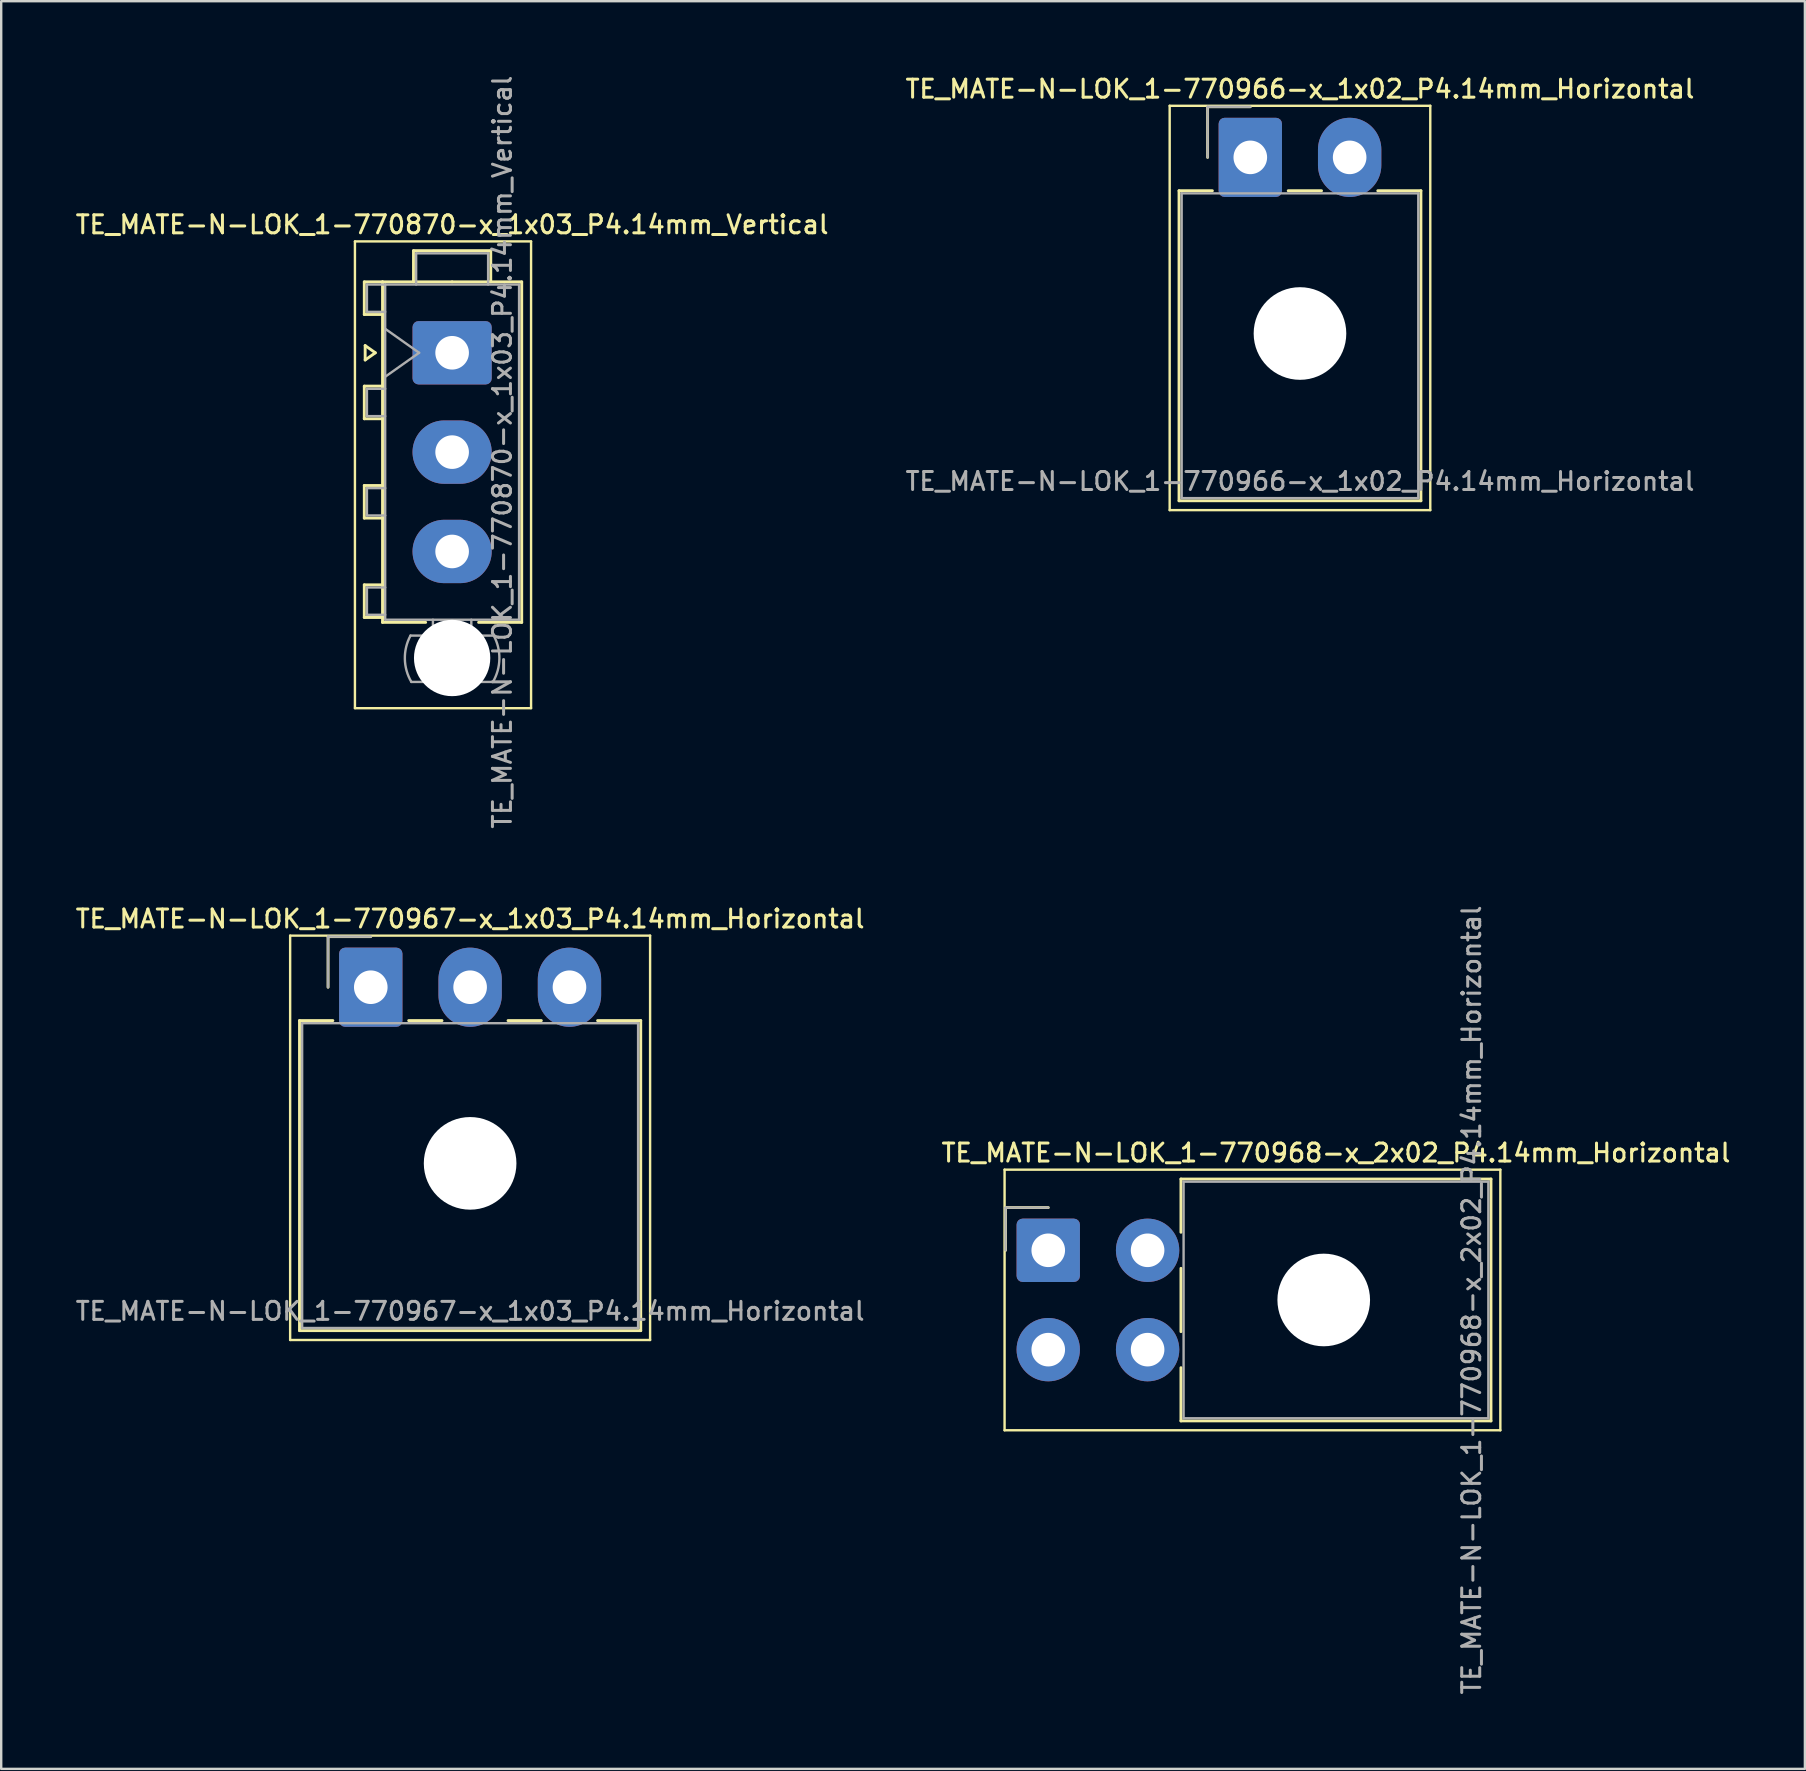
<source format=kicad_pcb>
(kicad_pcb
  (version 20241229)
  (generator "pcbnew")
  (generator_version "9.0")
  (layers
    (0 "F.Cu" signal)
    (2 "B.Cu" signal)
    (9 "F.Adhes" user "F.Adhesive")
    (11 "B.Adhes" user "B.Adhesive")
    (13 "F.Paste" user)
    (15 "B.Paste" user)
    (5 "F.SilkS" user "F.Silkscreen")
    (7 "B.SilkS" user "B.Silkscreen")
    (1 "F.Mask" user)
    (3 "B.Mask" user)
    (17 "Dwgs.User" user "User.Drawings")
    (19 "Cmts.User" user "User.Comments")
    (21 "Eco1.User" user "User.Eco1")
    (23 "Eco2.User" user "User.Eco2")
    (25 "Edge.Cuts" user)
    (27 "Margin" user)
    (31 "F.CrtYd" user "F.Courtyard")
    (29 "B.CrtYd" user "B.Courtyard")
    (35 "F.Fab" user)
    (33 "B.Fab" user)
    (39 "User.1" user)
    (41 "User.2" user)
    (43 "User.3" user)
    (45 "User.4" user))
  (footprint "TE_MATE-N-LOK_1-770967-x_1x03_P4.14mm_Horizontal"
    (layer "F.Cu")
    (at 12.401 38.09)
    (property "Reference" "TE_MATE-N-LOK_1-770967-x_1x03_P4.14mm_Horizontal" (at 4.14 -2.85 0) (layer "F.SilkS") (effects (font (size 0.75 0.75) (thickness 0.125))))
    (attr through_hole)
    (fp_line (start -3.36 -2.15) (end -3.36 14.7) (stroke (width 0.1) (type solid)) (layer "F.SilkS"))
    (fp_line (start -3.36 14.7) (end 11.64 14.7) (stroke (width 0.1) (type solid)) (layer "F.SilkS"))
    (fp_line (start -2.97 1.39) (end -2.97 14.31) (stroke (width 0.12) (type solid)) (layer "F.SilkS"))
    (fp_line (start -2.97 14.31) (end 11.25 14.31) (stroke (width 0.12) (type solid)) (layer "F.SilkS"))
    (fp_line (start -1.78 -2.11) (end -1.78 0) (stroke (width 0.12) (type solid)) (layer "F.SilkS"))
    (fp_line (start -1.58 1.39) (end -2.97 1.39) (stroke (width 0.12) (type solid)) (layer "F.SilkS"))
    (fp_line (start 0 -2.11) (end -1.78 -2.11) (stroke (width 0.12) (type solid)) (layer "F.SilkS"))
    (fp_line (start 1.58 1.39) (end 2.968 1.39) (stroke (width 0.12) (type solid)) (layer "F.SilkS"))
    (fp_line (start 5.72 1.39) (end 7.108 1.39) (stroke (width 0.12) (type solid)) (layer "F.SilkS"))
    (fp_line (start 11.25 1.39) (end 9.452 1.39) (stroke (width 0.12) (type solid)) (layer "F.SilkS"))
    (fp_line (start 11.25 14.31) (end 11.25 1.39) (stroke (width 0.12) (type solid)) (layer "F.SilkS"))
    (fp_line (start 11.64 -2.15) (end -3.36 -2.15) (stroke (width 0.1) (type solid)) (layer "F.SilkS"))
    (fp_line (start 11.64 14.7) (end 11.64 -2.15) (stroke (width 0.1) (type solid)) (layer "F.SilkS"))
    (fp_line (start -2.86 1.5) (end -2.86 14.2) (stroke (width 0.1) (type solid)) (layer "F.Fab"))
    (fp_line (start -2.86 14.2) (end 11.14 14.2) (stroke (width 0.1) (type solid)) (layer "F.Fab"))
    (fp_line (start -1.78 -2.11) (end -1.78 0) (stroke (width 0.1) (type solid)) (layer "F.Fab"))
    (fp_line (start 0 -2.11) (end -1.78 -2.11) (stroke (width 0.1) (type solid)) (layer "F.Fab"))
    (fp_line (start 11.14 1.5) (end -2.86 1.5) (stroke (width 0.1) (type solid)) (layer "F.Fab"))
    (fp_line (start 11.14 14.2) (end 11.14 1.5) (stroke (width 0.1) (type solid)) (layer "F.Fab"))
    (fp_text user "${REFERENCE}" (at 4.14 13.5 0) (layer "F.Fab") (effects (font (size 0.75 0.75) (thickness 0.125))))
    (pad "" np_thru_hole circle (at 4.14 7.34) (size 3.86 3.86) (drill 3.86) (layers "*.Cu" "*.Mask"))
    (pad "1" thru_hole roundrect (at 0 0) (size 2.64 3.3) (drill 1.4) (layers "*.Cu" "*.Mask") (roundrect_rratio 0.095))
    (pad "2" thru_hole oval (at 4.14 0) (size 2.64 3.3) (drill 1.4) (layers "*.Cu" "*.Mask"))
    (pad "3" thru_hole oval (at 8.28 0) (size 2.64 3.3) (drill 1.4) (layers "*.Cu" "*.Mask")))
  (footprint "TE_MATE-N-LOK_1-770966-x_1x02_P4.14mm_Horizontal"
    (layer "F.Cu")
    (at 49.053 3.508)
    (property "Reference" "TE_MATE-N-LOK_1-770966-x_1x02_P4.14mm_Horizontal" (at 2.07 -2.85 0) (layer "F.SilkS") (effects (font (size 0.75 0.75) (thickness 0.125))))
    (attr through_hole)
    (fp_line (start -3.36 -2.15) (end -3.36 14.7) (stroke (width 0.1) (type solid)) (layer "F.SilkS"))
    (fp_line (start -3.36 14.7) (end 7.5 14.7) (stroke (width 0.1) (type solid)) (layer "F.SilkS"))
    (fp_line (start -2.97 1.39) (end -2.97 14.31) (stroke (width 0.12) (type solid)) (layer "F.SilkS"))
    (fp_line (start -2.97 14.31) (end 7.11 14.31) (stroke (width 0.12) (type solid)) (layer "F.SilkS"))
    (fp_line (start -1.78 -2.11) (end -1.78 0) (stroke (width 0.12) (type solid)) (layer "F.SilkS"))
    (fp_line (start -1.58 1.39) (end -2.97 1.39) (stroke (width 0.12) (type solid)) (layer "F.SilkS"))
    (fp_line (start 0 -2.11) (end -1.78 -2.11) (stroke (width 0.12) (type solid)) (layer "F.SilkS"))
    (fp_line (start 1.58 1.39) (end 2.968 1.39) (stroke (width 0.12) (type solid)) (layer "F.SilkS"))
    (fp_line (start 7.11 1.39) (end 5.312 1.39) (stroke (width 0.12) (type solid)) (layer "F.SilkS"))
    (fp_line (start 7.11 14.31) (end 7.11 1.39) (stroke (width 0.12) (type solid)) (layer "F.SilkS"))
    (fp_line (start 7.5 -2.15) (end -3.36 -2.15) (stroke (width 0.1) (type solid)) (layer "F.SilkS"))
    (fp_line (start 7.5 14.7) (end 7.5 -2.15) (stroke (width 0.1) (type solid)) (layer "F.SilkS"))
    (fp_line (start -2.86 1.5) (end -2.86 14.2) (stroke (width 0.1) (type solid)) (layer "F.Fab"))
    (fp_line (start -2.86 14.2) (end 7 14.2) (stroke (width 0.1) (type solid)) (layer "F.Fab"))
    (fp_line (start -1.78 -2.11) (end -1.78 0) (stroke (width 0.1) (type solid)) (layer "F.Fab"))
    (fp_line (start 0 -2.11) (end -1.78 -2.11) (stroke (width 0.1) (type solid)) (layer "F.Fab"))
    (fp_line (start 7 1.5) (end -2.86 1.5) (stroke (width 0.1) (type solid)) (layer "F.Fab"))
    (fp_line (start 7 14.2) (end 7 1.5) (stroke (width 0.1) (type solid)) (layer "F.Fab"))
    (fp_text user "${REFERENCE}" (at 2.07 13.5 0) (layer "F.Fab") (effects (font (size 0.75 0.75) (thickness 0.125))))
    (pad "" np_thru_hole circle (at 2.07 7.34) (size 3.86 3.86) (drill 3.86) (layers "*.Cu" "*.Mask"))
    (pad "1" thru_hole roundrect (at 0 0) (size 2.64 3.3) (drill 1.4) (layers "*.Cu" "*.Mask") (roundrect_rratio 0.095))
    (pad "2" thru_hole oval (at 4.14 0) (size 2.64 3.3) (drill 1.4) (layers "*.Cu" "*.Mask")))
  (footprint "TE_MATE-N-LOK_1-770870-x_1x03_P4.14mm_Vertical"
    (layer "F.Cu")
    (at 15.791 11.651)
    (property "Reference" "TE_MATE-N-LOK_1-770870-x_1x03_P4.14mm_Vertical" (at 0 -5.34 0) (layer "F.SilkS") (effects (font (size 0.75 0.75) (thickness 0.125))))
    (attr through_hole)
    (fp_line (start -4.05 -4.64) (end -4.05 14.81) (stroke (width 0.1) (type solid)) (layer "F.SilkS"))
    (fp_line (start -4.05 14.81) (end 3.29 14.81) (stroke (width 0.1) (type solid)) (layer "F.SilkS"))
    (fp_line (start -3.66 -2.955) (end -3.66 -1.595) (stroke (width 0.12) (type solid)) (layer "F.SilkS"))
    (fp_line (start -3.66 -1.595) (end -2.9 -1.595) (stroke (width 0.12) (type solid)) (layer "F.SilkS"))
    (fp_line (start -3.66 1.39) (end -3.66 2.75) (stroke (width 0.12) (type solid)) (layer "F.SilkS"))
    (fp_line (start -3.66 2.75) (end -2.9 2.75) (stroke (width 0.12) (type solid)) (layer "F.SilkS"))
    (fp_line (start -3.66 5.53) (end -3.66 6.89) (stroke (width 0.12) (type solid)) (layer "F.SilkS"))
    (fp_line (start -3.66 6.89) (end -2.9 6.89) (stroke (width 0.12) (type solid)) (layer "F.SilkS"))
    (fp_line (start -3.66 9.67) (end -3.66 11.03) (stroke (width 0.12) (type solid)) (layer "F.SilkS"))
    (fp_line (start -3.66 11.03) (end -2.9 11.03) (stroke (width 0.12) (type solid)) (layer "F.SilkS"))
    (fp_line (start -3.624 -0.3) (end -3.2 0) (stroke (width 0.12) (type solid)) (layer "F.SilkS"))
    (fp_line (start -3.624 0.3) (end -3.624 -0.3) (stroke (width 0.12) (type solid)) (layer "F.SilkS"))
    (fp_line (start -3.2 0) (end -3.624 0.3) (stroke (width 0.12) (type solid)) (layer "F.SilkS"))
    (fp_line (start -2.9 -2.955) (end -3.66 -2.955) (stroke (width 0.12) (type solid)) (layer "F.SilkS"))
    (fp_line (start -2.9 -2.955) (end -2.9 11.235) (stroke (width 0.12) (type solid)) (layer "F.SilkS"))
    (fp_line (start -2.9 1.39) (end -3.66 1.39) (stroke (width 0.12) (type solid)) (layer "F.SilkS"))
    (fp_line (start -2.9 5.53) (end -3.66 5.53) (stroke (width 0.12) (type solid)) (layer "F.SilkS"))
    (fp_line (start -2.9 9.67) (end -3.66 9.67) (stroke (width 0.12) (type solid)) (layer "F.SilkS"))
    (fp_line (start -2.9 11.235) (end -1.103 11.235) (stroke (width 0.12) (type solid)) (layer "F.SilkS"))
    (fp_line (start -1.61 -4.255) (end 1.61 -4.255) (stroke (width 0.12) (type solid)) (layer "F.SilkS"))
    (fp_line (start -1.61 -2.955) (end -1.61 -4.255) (stroke (width 0.12) (type solid)) (layer "F.SilkS"))
    (fp_line (start 0 -2.955) (end -2.9 -2.955) (stroke (width 0.12) (type solid)) (layer "F.SilkS"))
    (fp_line (start 0 -2.955) (end 2.9 -2.955) (stroke (width 0.12) (type solid)) (layer "F.SilkS"))
    (fp_line (start 1.61 -4.255) (end 1.61 -2.955) (stroke (width 0.12) (type solid)) (layer "F.SilkS"))
    (fp_line (start 2.9 -2.955) (end 2.9 11.235) (stroke (width 0.12) (type solid)) (layer "F.SilkS"))
    (fp_line (start 2.9 11.235) (end 1.103 11.235) (stroke (width 0.12) (type solid)) (layer "F.SilkS"))
    (fp_line (start 3.29 -4.64) (end -4.05 -4.64) (stroke (width 0.1) (type solid)) (layer "F.SilkS"))
    (fp_line (start 3.29 14.81) (end 3.29 -4.64) (stroke (width 0.1) (type solid)) (layer "F.SilkS"))
    (fp_line (start -3.55 -2.845) (end -3.55 -1.705) (stroke (width 0.1) (type solid)) (layer "F.Fab"))
    (fp_line (start -3.55 -1.705) (end -2.79 -1.705) (stroke (width 0.1) (type solid)) (layer "F.Fab"))
    (fp_line (start -3.55 1.5) (end -3.55 2.64) (stroke (width 0.1) (type solid)) (layer "F.Fab"))
    (fp_line (start -3.55 2.64) (end -2.79 2.64) (stroke (width 0.1) (type solid)) (layer "F.Fab"))
    (fp_line (start -3.55 5.64) (end -3.55 6.78) (stroke (width 0.1) (type solid)) (layer "F.Fab"))
    (fp_line (start -3.55 6.78) (end -2.79 6.78) (stroke (width 0.1) (type solid)) (layer "F.Fab"))
    (fp_line (start -3.55 9.78) (end -3.55 10.92) (stroke (width 0.1) (type solid)) (layer "F.Fab"))
    (fp_line (start -3.55 10.92) (end -2.79 10.92) (stroke (width 0.1) (type solid)) (layer "F.Fab"))
    (fp_line (start -2.79 -2.845) (end -3.55 -2.845) (stroke (width 0.1) (type solid)) (layer "F.Fab"))
    (fp_line (start -2.79 -2.845) (end -2.79 11.125) (stroke (width 0.1) (type solid)) (layer "F.Fab"))
    (fp_line (start -2.79 -1) (end -1.376 0) (stroke (width 0.1) (type solid)) (layer "F.Fab"))
    (fp_line (start -2.79 1.5) (end -3.55 1.5) (stroke (width 0.1) (type solid)) (layer "F.Fab"))
    (fp_line (start -2.79 5.64) (end -3.55 5.64) (stroke (width 0.1) (type solid)) (layer "F.Fab"))
    (fp_line (start -2.79 9.78) (end -3.55 9.78) (stroke (width 0.1) (type solid)) (layer "F.Fab"))
    (fp_line (start -2.79 11.125) (end 2.79 11.125) (stroke (width 0.1) (type solid)) (layer "F.Fab"))
    (fp_line (start -1.5 -4.145) (end 1.5 -4.145) (stroke (width 0.1) (type solid)) (layer "F.Fab"))
    (fp_line (start -1.5 -2.845) (end -1.5 -4.145) (stroke (width 0.1) (type solid)) (layer "F.Fab"))
    (fp_line (start -1.376 0) (end -2.79 1) (stroke (width 0.1) (type solid)) (layer "F.Fab"))
    (fp_line (start -0.8 11.125) (end -0.8 11.785) (stroke (width 0.1) (type solid)) (layer "F.Fab"))
    (fp_line (start 0.8 11.125) (end 0.8 11.785) (stroke (width 0.1) (type solid)) (layer "F.Fab"))
    (fp_line (start 1.5 -4.145) (end 1.5 -2.845) (stroke (width 0.1) (type solid)) (layer "F.Fab"))
    (fp_line (start 1.7 13.716) (end -1.7 13.716) (stroke (width 0.1) (type solid)) (layer "F.Fab"))
    (fp_line (start 1.734 11.785) (end -1.734 11.785) (stroke (width 0.1) (type solid)) (layer "F.Fab"))
    (fp_line (start 2.79 -2.845) (end -2.79 -2.845) (stroke (width 0.1) (type solid)) (layer "F.Fab"))
    (fp_line (start 2.79 11.125) (end 2.79 -2.845) (stroke (width 0.1) (type solid)) (layer "F.Fab"))
    (fp_arc (start -1.699672 13.716) (mid -1.969689 12.754992) (end -1.733977 11.785) (stroke (width 0.1) (type solid)) (layer "F.Fab"))
    (fp_arc (start 1.733977 11.785) (mid 1.96969 12.754992) (end 1.699672 13.716) (stroke (width 0.1) (type solid)) (layer "F.Fab"))
    (fp_text user "${REFERENCE}" (at 2.09 4.14 90) (layer "F.Fab") (effects (font (size 0.75 0.75) (thickness 0.125))))
    (pad "" np_thru_hole circle (at 0 12.72) (size 3.18 3.18) (drill 3.18) (layers "*.Cu" "*.Mask"))
    (pad "1" thru_hole roundrect (at 0 0) (size 3.3 2.64) (drill 1.4) (layers "*.Cu" "*.Mask") (roundrect_rratio 0.095))
    (pad "2" thru_hole oval (at 0 4.14) (size 3.3 2.64) (drill 1.4) (layers "*.Cu" "*.Mask"))
    (pad "3" thru_hole oval (at 0 8.28) (size 3.3 2.64) (drill 1.4) (layers "*.Cu" "*.Mask")))
  (footprint "TE_MATE-N-LOK_1-770968-x_2x02_P4.14mm_Horizontal"
    (layer "F.Cu")
    (at 40.633 49.053)
    (property "Reference" "TE_MATE-N-LOK_1-770968-x_2x02_P4.14mm_Horizontal" (at 11.99 -4.06 0) (layer "F.SilkS") (effects (font (size 0.75 0.75) (thickness 0.125))))
    (attr through_hole)
    (fp_line (start -1.82 -3.36) (end -1.82 7.5) (stroke (width 0.1) (type solid)) (layer "F.SilkS"))
    (fp_line (start -1.82 7.5) (end 18.84 7.5) (stroke (width 0.1) (type solid)) (layer "F.SilkS"))
    (fp_line (start -1.78 -1.78) (end -1.78 0) (stroke (width 0.12) (type solid)) (layer "F.SilkS"))
    (fp_line (start 0 -1.78) (end -1.78 -1.78) (stroke (width 0.12) (type solid)) (layer "F.SilkS"))
    (fp_line (start 5.53 -2.97) (end 18.45 -2.97) (stroke (width 0.12) (type solid)) (layer "F.SilkS"))
    (fp_line (start 5.53 -0.751) (end 5.53 -2.97) (stroke (width 0.12) (type solid)) (layer "F.SilkS"))
    (fp_line (start 5.53 0.751) (end 5.53 3.389) (stroke (width 0.12) (type solid)) (layer "F.SilkS"))
    (fp_line (start 5.53 7.11) (end 5.53 4.891) (stroke (width 0.12) (type solid)) (layer "F.SilkS"))
    (fp_line (start 18.45 -2.97) (end 18.45 7.11) (stroke (width 0.12) (type solid)) (layer "F.SilkS"))
    (fp_line (start 18.45 7.11) (end 5.53 7.11) (stroke (width 0.12) (type solid)) (layer "F.SilkS"))
    (fp_line (start 18.84 -3.36) (end -1.82 -3.36) (stroke (width 0.1) (type solid)) (layer "F.SilkS"))
    (fp_line (start 18.84 7.5) (end 18.84 -3.36) (stroke (width 0.1) (type solid)) (layer "F.SilkS"))
    (fp_line (start -1.78 -1.78) (end -1.78 0) (stroke (width 0.1) (type solid)) (layer "F.Fab"))
    (fp_line (start 0 -1.78) (end -1.78 -1.78) (stroke (width 0.1) (type solid)) (layer "F.Fab"))
    (fp_line (start 5.64 -2.86) (end 5.64 7) (stroke (width 0.1) (type solid)) (layer "F.Fab"))
    (fp_line (start 5.64 7) (end 18.34 7) (stroke (width 0.1) (type solid)) (layer "F.Fab"))
    (fp_line (start 18.34 -2.86) (end 5.64 -2.86) (stroke (width 0.1) (type solid)) (layer "F.Fab"))
    (fp_line (start 18.34 7) (end 18.34 -2.86) (stroke (width 0.1) (type solid)) (layer "F.Fab"))
    (fp_text user "${REFERENCE}" (at 17.64 2.07 90) (layer "F.Fab") (effects (font (size 0.75 0.75) (thickness 0.125))))
    (pad "" np_thru_hole circle (at 11.48 2.07) (size 3.86 3.86) (drill 3.86) (layers "*.Cu" "*.Mask"))
    (pad "1" thru_hole roundrect (at 0 0) (size 2.64 2.64) (drill 1.4) (layers "*.Cu" "*.Mask") (roundrect_rratio 0.095))
    (pad "2" thru_hole circle (at 0 4.14) (size 2.64 2.64) (drill 1.4) (layers "*.Cu" "*.Mask"))
    (pad "3" thru_hole circle (at 4.14 0) (size 2.64 2.64) (drill 1.4) (layers "*.Cu" "*.Mask"))
    (pad "4" thru_hole circle (at 4.14 4.14) (size 2.64 2.64) (drill 1.4) (layers "*.Cu" "*.Mask")))
  (gr_rect
    (start -3 -3)
    (end 72.164 70.664)
    (stroke (width 0.1) (type default))
    (fill no)
    (layer "Edge.Cuts")))
</source>
